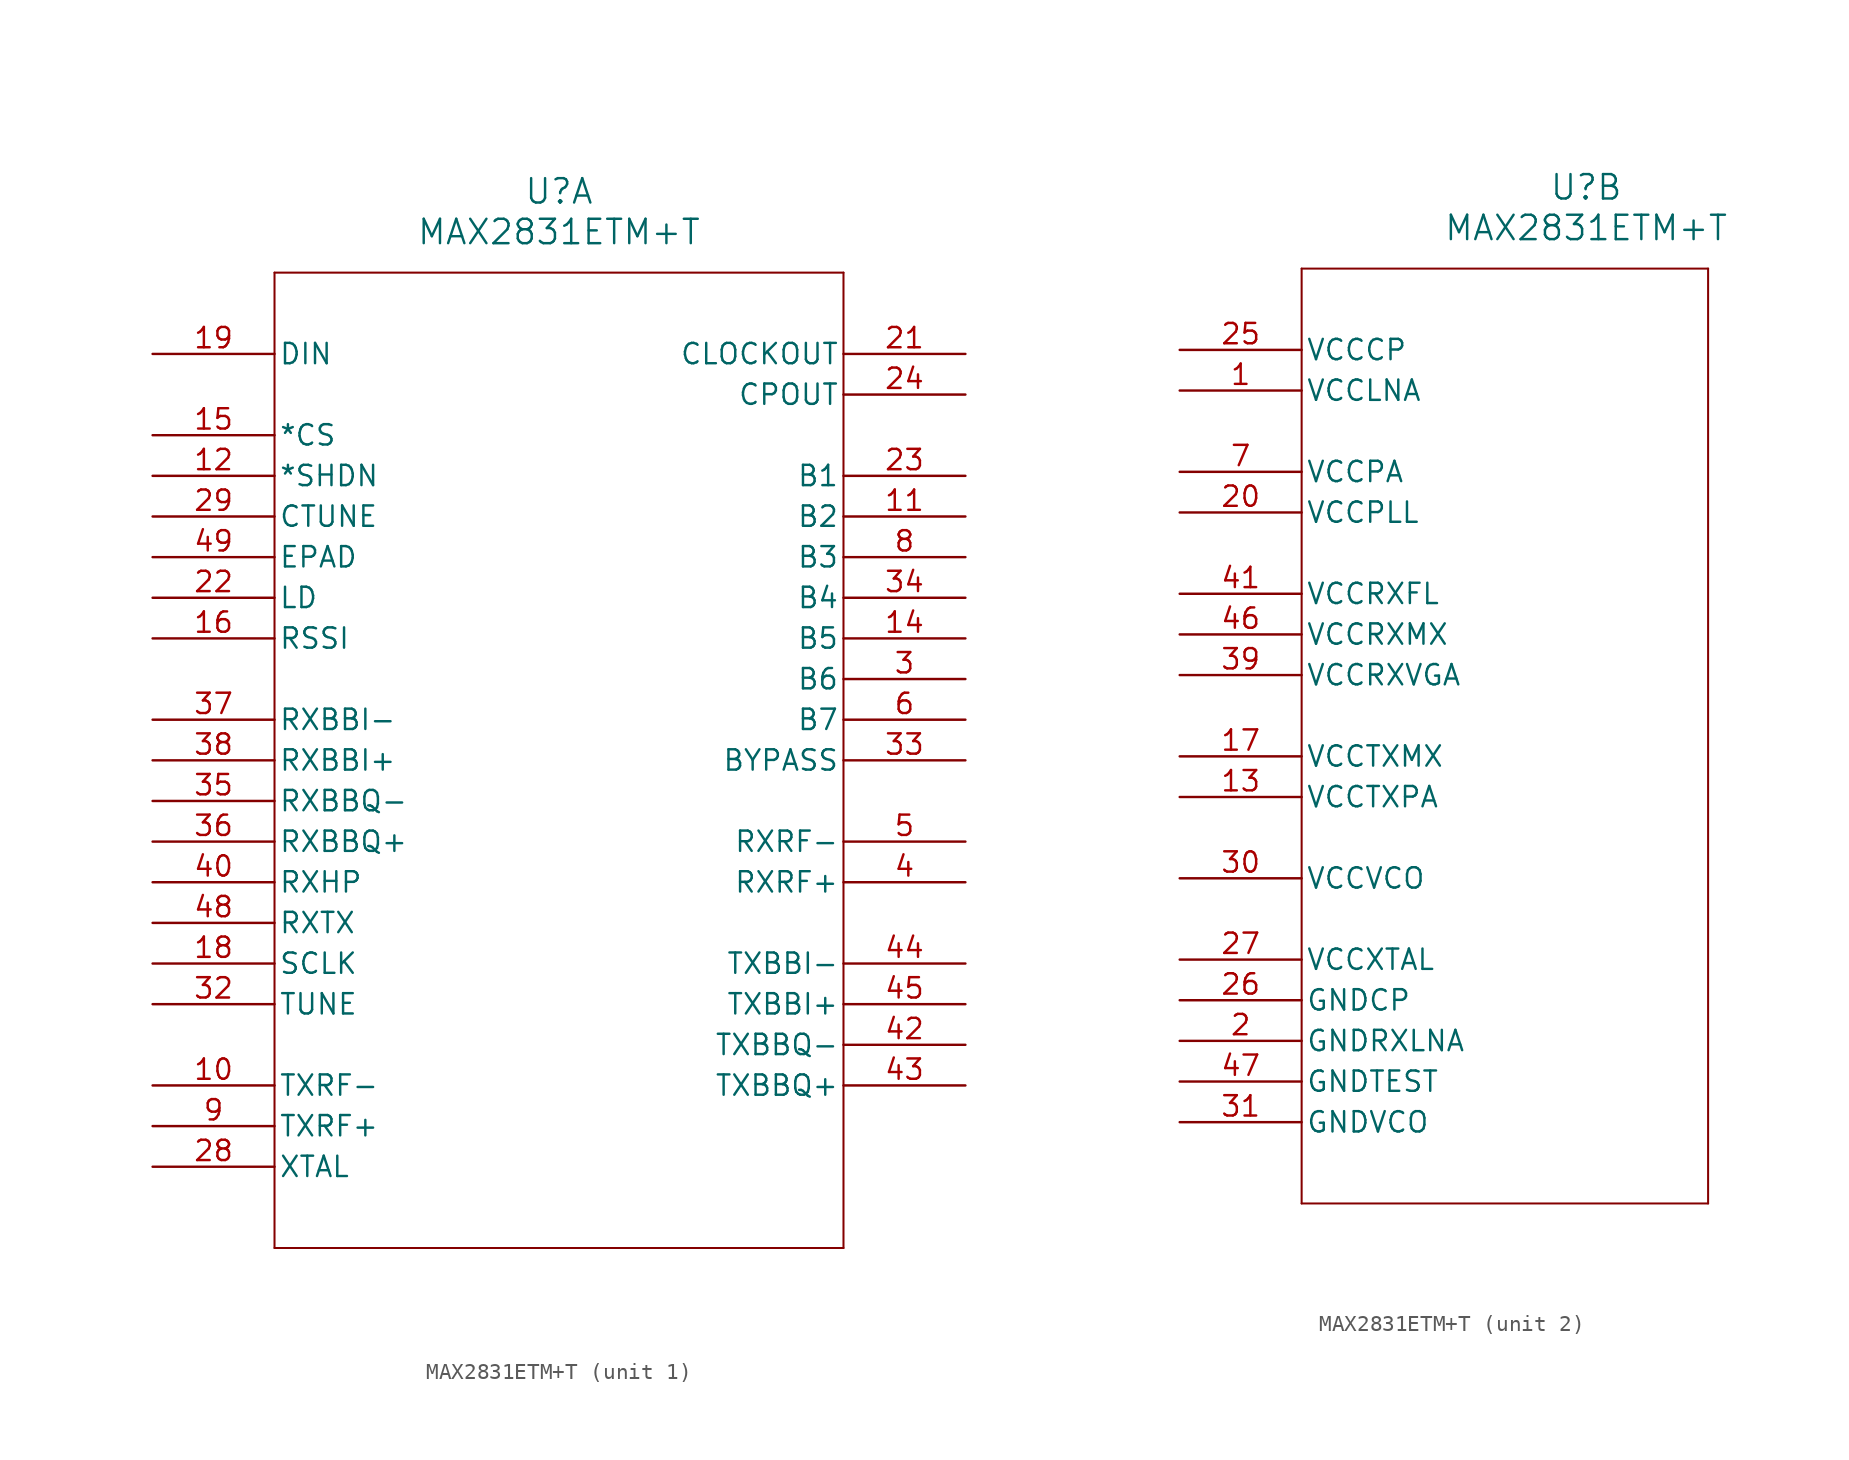
<source format=kicad_sym>
(kicad_symbol_lib
  (version 20211014)
  (generator kicad_symbol_editor)
  (symbol "MAX2831ETM+T"
    (pin_names
      (offset 0.254))
    (property "Reference" "U"
      (at 25.4 10.16 0)
      (effects (font (size 1.524 1.524))))
    (property "Value" "MAX2831ETM+T"
      (at 25.4 7.62 0)
      (effects (font (size 1.524 1.524))))
    (symbol "MAX2831ETM+T_1_1"
      (polyline (pts (xy 7.62 5.08) (xy 7.62 -55.88)) (stroke (width 0.127) (type default) (color 0 0 0 0)) (fill (type none)))
      (polyline (pts (xy 7.62 -55.88) (xy 43.18 -55.88)) (stroke (width 0.127) (type default) (color 0 0 0 0)) (fill (type none)))
      (polyline (pts (xy 43.18 -55.88) (xy 43.18 5.08)) (stroke (width 0.127) (type default) (color 0 0 0 0)) (fill (type none)))
      (polyline (pts (xy 43.18 5.08) (xy 7.62 5.08)) (stroke (width 0.127) (type default) (color 0 0 0 0)) (fill (type none)))
      (pin unspecified line (at 50.8 -20.32 180) (length 7.62) (name "B6" (effects (font (size 1.27 1.27)))) (number "3" (effects (font (size 1.27 1.27)))))
      (pin unspecified line (at 50.8 -33.02 180) (length 7.62) (name "RXRF+" (effects (font (size 1.27 1.27)))) (number "4" (effects (font (size 1.27 1.27)))))
      (pin unspecified line (at 50.8 -30.48 180) (length 7.62) (name "RXRF-" (effects (font (size 1.27 1.27)))) (number "5" (effects (font (size 1.27 1.27)))))
      (pin unspecified line (at 50.8 -22.86 180) (length 7.62) (name "B7" (effects (font (size 1.27 1.27)))) (number "6" (effects (font (size 1.27 1.27)))))
      (pin unspecified line (at 50.8 -12.7 180) (length 7.62) (name "B3" (effects (font (size 1.27 1.27)))) (number "8" (effects (font (size 1.27 1.27)))))
      (pin unspecified line (at 0 -48.26 0) (length 7.62) (name "TXRF+" (effects (font (size 1.27 1.27)))) (number "9" (effects (font (size 1.27 1.27)))))
      (pin unspecified line (at 0 -45.72 0) (length 7.62) (name "TXRF-" (effects (font (size 1.27 1.27)))) (number "10" (effects (font (size 1.27 1.27)))))
      (pin unspecified line (at 50.8 -10.16 180) (length 7.62) (name "B2" (effects (font (size 1.27 1.27)))) (number "11" (effects (font (size 1.27 1.27)))))
      (pin unspecified line (at 0 -7.62 0) (length 7.62) (name "*SHDN" (effects (font (size 1.27 1.27)))) (number "12" (effects (font (size 1.27 1.27)))))
      (pin unspecified line (at 50.8 -17.78 180) (length 7.62) (name "B5" (effects (font (size 1.27 1.27)))) (number "14" (effects (font (size 1.27 1.27)))))
      (pin unspecified line (at 0 -5.08 0) (length 7.62) (name "*CS" (effects (font (size 1.27 1.27)))) (number "15" (effects (font (size 1.27 1.27)))))
      (pin unspecified line (at 0 -17.78 0) (length 7.62) (name "RSSI" (effects (font (size 1.27 1.27)))) (number "16" (effects (font (size 1.27 1.27)))))
      (pin unspecified line (at 0 -38.1 0) (length 7.62) (name "SCLK" (effects (font (size 1.27 1.27)))) (number "18" (effects (font (size 1.27 1.27)))))
      (pin input line (at 0 0 0) (length 7.62) (name "DIN" (effects (font (size 1.27 1.27)))) (number "19" (effects (font (size 1.27 1.27)))))
      (pin output line (at 50.8 0 180) (length 7.62) (name "CLOCKOUT" (effects (font (size 1.27 1.27)))) (number "21" (effects (font (size 1.27 1.27)))))
      (pin unspecified line (at 0 -15.24 0) (length 7.62) (name "LD" (effects (font (size 1.27 1.27)))) (number "22" (effects (font (size 1.27 1.27)))))
      (pin unspecified line (at 50.8 -7.62 180) (length 7.62) (name "B1" (effects (font (size 1.27 1.27)))) (number "23" (effects (font (size 1.27 1.27)))))
      (pin output line (at 50.8 -2.54 180) (length 7.62) (name "CPOUT" (effects (font (size 1.27 1.27)))) (number "24" (effects (font (size 1.27 1.27)))))
      (pin unspecified line (at 0 -50.8 0) (length 7.62) (name "XTAL" (effects (font (size 1.27 1.27)))) (number "28" (effects (font (size 1.27 1.27)))))
      (pin unspecified line (at 0 -10.16 0) (length 7.62) (name "CTUNE" (effects (font (size 1.27 1.27)))) (number "29" (effects (font (size 1.27 1.27)))))
      (pin unspecified line (at 0 -40.64 0) (length 7.62) (name "TUNE" (effects (font (size 1.27 1.27)))) (number "32" (effects (font (size 1.27 1.27)))))
      (pin unspecified line (at 50.8 -25.4 180) (length 7.62) (name "BYPASS" (effects (font (size 1.27 1.27)))) (number "33" (effects (font (size 1.27 1.27)))))
      (pin unspecified line (at 50.8 -15.24 180) (length 7.62) (name "B4" (effects (font (size 1.27 1.27)))) (number "34" (effects (font (size 1.27 1.27)))))
      (pin unspecified line (at 0 -27.94 0) (length 7.62) (name "RXBBQ-" (effects (font (size 1.27 1.27)))) (number "35" (effects (font (size 1.27 1.27)))))
      (pin unspecified line (at 0 -30.48 0) (length 7.62) (name "RXBBQ+" (effects (font (size 1.27 1.27)))) (number "36" (effects (font (size 1.27 1.27)))))
      (pin unspecified line (at 0 -22.86 0) (length 7.62) (name "RXBBI-" (effects (font (size 1.27 1.27)))) (number "37" (effects (font (size 1.27 1.27)))))
      (pin unspecified line (at 0 -25.4 0) (length 7.62) (name "RXBBI+" (effects (font (size 1.27 1.27)))) (number "38" (effects (font (size 1.27 1.27)))))
      (pin unspecified line (at 0 -33.02 0) (length 7.62) (name "RXHP" (effects (font (size 1.27 1.27)))) (number "40" (effects (font (size 1.27 1.27)))))
      (pin unspecified line (at 50.8 -43.18 180) (length 7.62) (name "TXBBQ-" (effects (font (size 1.27 1.27)))) (number "42" (effects (font (size 1.27 1.27)))))
      (pin unspecified line (at 50.8 -45.72 180) (length 7.62) (name "TXBBQ+" (effects (font (size 1.27 1.27)))) (number "43" (effects (font (size 1.27 1.27)))))
      (pin unspecified line (at 50.8 -38.1 180) (length 7.62) (name "TXBBI-" (effects (font (size 1.27 1.27)))) (number "44" (effects (font (size 1.27 1.27)))))
      (pin unspecified line (at 50.8 -40.64 180) (length 7.62) (name "TXBBI+" (effects (font (size 1.27 1.27)))) (number "45" (effects (font (size 1.27 1.27)))))
      (pin unspecified line (at 0 -35.56 0) (length 7.62) (name "RXTX" (effects (font (size 1.27 1.27)))) (number "48" (effects (font (size 1.27 1.27)))))
      (pin unspecified line (at 0 -12.7 0) (length 7.62) (name "EPAD" (effects (font (size 1.27 1.27)))) (number "49" (effects (font (size 1.27 1.27))))))
    (symbol "MAX2831ETM+T_2_1"
      (polyline (pts (xy 7.62 5.08) (xy 7.62 -53.34)) (stroke (width 0.127) (type default) (color 0 0 0 0)) (fill (type none)))
      (polyline (pts (xy 7.62 -53.34) (xy 33.02 -53.34)) (stroke (width 0.127) (type default) (color 0 0 0 0)) (fill (type none)))
      (polyline (pts (xy 33.02 -53.34) (xy 33.02 5.08)) (stroke (width 0.127) (type default) (color 0 0 0 0)) (fill (type none)))
      (polyline (pts (xy 33.02 5.08) (xy 7.62 5.08)) (stroke (width 0.127) (type default) (color 0 0 0 0)) (fill (type none)))
      (pin power_in line (at 0 -2.54 0) (length 7.62) (name "VCCLNA" (effects (font (size 1.27 1.27)))) (number "1" (effects (font (size 1.27 1.27)))))
      (pin power_in line (at 0 -43.18 0) (length 7.62) (name "GNDRXLNA" (effects (font (size 1.27 1.27)))) (number "2" (effects (font (size 1.27 1.27)))))
      (pin power_in line (at 0 -7.62 0) (length 7.62) (name "VCCPA" (effects (font (size 1.27 1.27)))) (number "7" (effects (font (size 1.27 1.27)))))
      (pin power_in line (at 0 -27.94 0) (length 7.62) (name "VCCTXPA" (effects (font (size 1.27 1.27)))) (number "13" (effects (font (size 1.27 1.27)))))
      (pin power_in line (at 0 -25.4 0) (length 7.62) (name "VCCTXMX" (effects (font (size 1.27 1.27)))) (number "17" (effects (font (size 1.27 1.27)))))
      (pin power_in line (at 0 -10.16 0) (length 7.62) (name "VCCPLL" (effects (font (size 1.27 1.27)))) (number "20" (effects (font (size 1.27 1.27)))))
      (pin power_in line (at 0 0 0) (length 7.62) (name "VCCCP" (effects (font (size 1.27 1.27)))) (number "25" (effects (font (size 1.27 1.27)))))
      (pin power_in line (at 0 -40.64 0) (length 7.62) (name "GNDCP" (effects (font (size 1.27 1.27)))) (number "26" (effects (font (size 1.27 1.27)))))
      (pin power_in line (at 0 -38.1 0) (length 7.62) (name "VCCXTAL" (effects (font (size 1.27 1.27)))) (number "27" (effects (font (size 1.27 1.27)))))
      (pin power_in line (at 0 -33.02 0) (length 7.62) (name "VCCVCO" (effects (font (size 1.27 1.27)))) (number "30" (effects (font (size 1.27 1.27)))))
      (pin power_in line (at 0 -48.26 0) (length 7.62) (name "GNDVCO" (effects (font (size 1.27 1.27)))) (number "31" (effects (font (size 1.27 1.27)))))
      (pin power_in line (at 0 -20.32 0) (length 7.62) (name "VCCRXVGA" (effects (font (size 1.27 1.27)))) (number "39" (effects (font (size 1.27 1.27)))))
      (pin power_in line (at 0 -15.24 0) (length 7.62) (name "VCCRXFL" (effects (font (size 1.27 1.27)))) (number "41" (effects (font (size 1.27 1.27)))))
      (pin power_in line (at 0 -17.78 0) (length 7.62) (name "VCCRXMX" (effects (font (size 1.27 1.27)))) (number "46" (effects (font (size 1.27 1.27)))))
      (pin power_in line (at 0 -45.72 0) (length 7.62) (name "GNDTEST" (effects (font (size 1.27 1.27)))) (number "47" (effects (font (size 1.27 1.27))))))))
</source>
